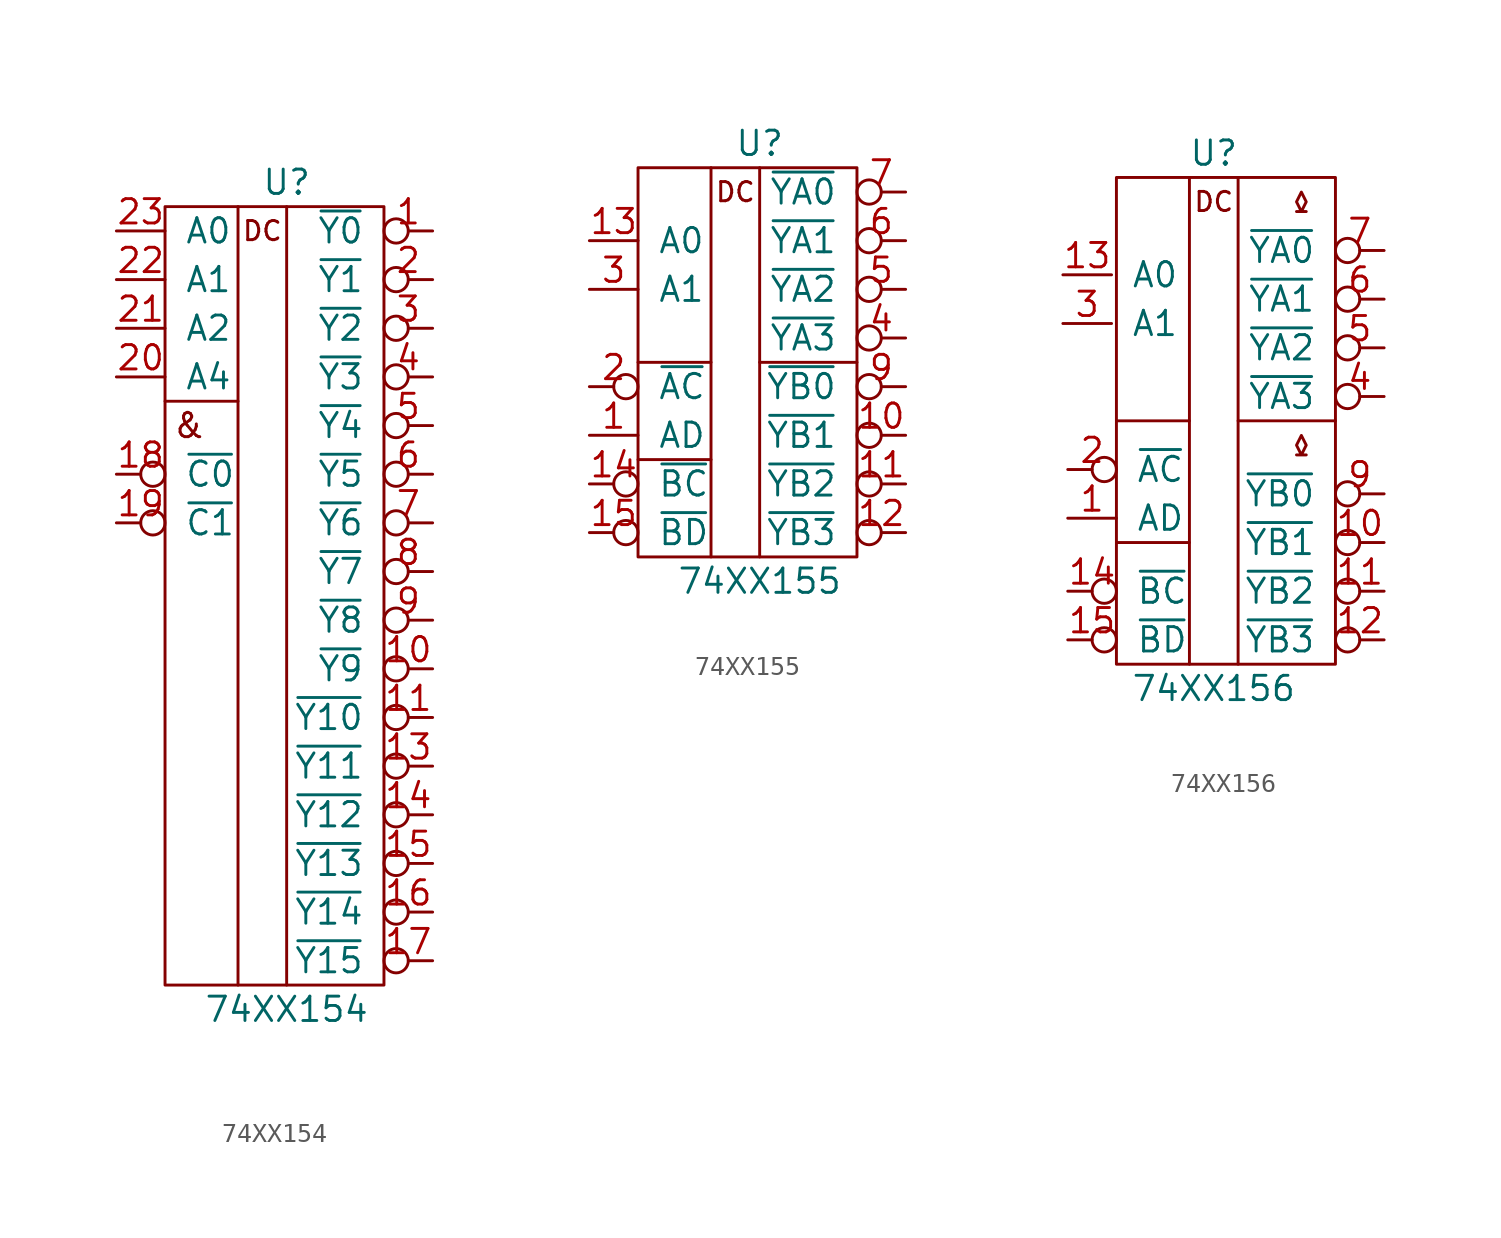
<source format=kicad_sym>
(kicad_symbol_lib
  (version 20211014)
  (generator kicad_symbol_editor)
  (symbol "74XX154"
    (pin_names
      (offset 1.016))
    (property "Reference" "U"
      (at 0 21.59 0)
      (effects (font (size 1.27 1.27))))
    (property "Value" "74XX154"
      (at 0 -21.59 0)
      (effects (font (size 1.27 1.27))))
    (symbol "74XX154_0_0"
      (text "&" (at -5.08 8.89 0) (effects (font (size 1.27 1.27))))
      (text "DC" (at -1.27 19.05 0) (effects (font (size 1 1)))))
    (symbol "74XX154_0_1"
      (rectangle (start -6.35 20.32) (end 5.08 -20.32) (stroke (width 0) (type default) (color 0 0 0 0)) (fill (type none)))
      (polyline (pts (xy -6.35 10.16) (xy -2.54 10.16)) (stroke (width 0) (type default) (color 0 0 0 0)) (fill (type none)))
      (polyline (pts (xy -2.54 20.32) (xy -2.54 -20.32)) (stroke (width 0) (type default) (color 0 0 0 0)) (fill (type none)))
      (polyline (pts (xy 0 20.32) (xy 0 -20.32)) (stroke (width 0) (type default) (color 0 0 0 0)) (fill (type none)))
      (pin power_in line (at 5.08 -20.32 180) (length 0) hide (name "GND" (effects (font (size 1.27 1.27)))) (number "12" (effects (font (size 1.27 1.27)))))
      (pin power_in line (at 5.08 20.32 180) (length 0) hide (name "VСС" (effects (font (size 1.27 1.27)))) (number "24" (effects (font (size 1.27 1.27))))))
    (symbol "74XX154_1_1"
      (pin output inverted (at 7.62 19.05 180) (length 2.54) (name "~{Y0}" (effects (font (size 1.27 1.27)))) (number "1" (effects (font (size 1.27 1.27)))))
      (pin output inverted (at 7.62 -3.81 180) (length 2.54) (name "~{Y9}" (effects (font (size 1.27 1.27)))) (number "10" (effects (font (size 1.27 1.27)))))
      (pin output inverted (at 7.62 -6.35 180) (length 2.54) (name "~{Y10}" (effects (font (size 1.27 1.27)))) (number "11" (effects (font (size 1.27 1.27)))))
      (pin output inverted (at 7.62 -8.89 180) (length 2.54) (name "~{Y11}" (effects (font (size 1.27 1.27)))) (number "13" (effects (font (size 1.27 1.27)))))
      (pin output inverted (at 7.62 -11.43 180) (length 2.54) (name "~{Y12}" (effects (font (size 1.27 1.27)))) (number "14" (effects (font (size 1.27 1.27)))))
      (pin output inverted (at 7.62 -13.97 180) (length 2.54) (name "~{Y13}" (effects (font (size 1.27 1.27)))) (number "15" (effects (font (size 1.27 1.27)))))
      (pin output inverted (at 7.62 -16.51 180) (length 2.54) (name "~{Y14}" (effects (font (size 1.27 1.27)))) (number "16" (effects (font (size 1.27 1.27)))))
      (pin output inverted (at 7.62 -19.05 180) (length 2.54) (name "~{Y15}" (effects (font (size 1.27 1.27)))) (number "17" (effects (font (size 1.27 1.27)))))
      (pin input inverted (at -8.89 6.35 0) (length 2.54) (name "~{C0}" (effects (font (size 1.27 1.27)))) (number "18" (effects (font (size 1.27 1.27)))))
      (pin input inverted (at -8.89 3.81 0) (length 2.54) (name "~{C1}" (effects (font (size 1.27 1.27)))) (number "19" (effects (font (size 1.27 1.27)))))
      (pin output inverted (at 7.62 16.51 180) (length 2.54) (name "~{Y1}" (effects (font (size 1.27 1.27)))) (number "2" (effects (font (size 1.27 1.27)))))
      (pin input line (at -8.89 11.43 0) (length 2.54) (name "A4" (effects (font (size 1.27 1.27)))) (number "20" (effects (font (size 1.27 1.27)))))
      (pin input line (at -8.89 13.97 0) (length 2.54) (name "A2" (effects (font (size 1.27 1.27)))) (number "21" (effects (font (size 1.27 1.27)))))
      (pin input line (at -8.89 16.51 0) (length 2.54) (name "A1" (effects (font (size 1.27 1.27)))) (number "22" (effects (font (size 1.27 1.27)))))
      (pin input line (at -8.89 19.05 0) (length 2.54) (name "A0" (effects (font (size 1.27 1.27)))) (number "23" (effects (font (size 1.27 1.27)))))
      (pin output inverted (at 7.62 13.97 180) (length 2.54) (name "~{Y2}" (effects (font (size 1.27 1.27)))) (number "3" (effects (font (size 1.27 1.27)))))
      (pin output inverted (at 7.62 11.43 180) (length 2.54) (name "~{Y3}" (effects (font (size 1.27 1.27)))) (number "4" (effects (font (size 1.27 1.27)))))
      (pin output inverted (at 7.62 8.89 180) (length 2.54) (name "~{Y4}" (effects (font (size 1.27 1.27)))) (number "5" (effects (font (size 1.27 1.27)))))
      (pin output inverted (at 7.62 6.35 180) (length 2.54) (name "~{Y5}" (effects (font (size 1.27 1.27)))) (number "6" (effects (font (size 1.27 1.27)))))
      (pin output inverted (at 7.62 3.81 180) (length 2.54) (name "~{Y6}" (effects (font (size 1.27 1.27)))) (number "7" (effects (font (size 1.27 1.27)))))
      (pin output inverted (at 7.62 1.27 180) (length 2.54) (name "~{Y7}" (effects (font (size 1.27 1.27)))) (number "8" (effects (font (size 1.27 1.27)))))
      (pin output inverted (at 7.62 -1.27 180) (length 2.54) (name "~{Y8}" (effects (font (size 1.27 1.27)))) (number "9" (effects (font (size 1.27 1.27)))))))
  (symbol "74XX155"
    (pin_names
      (offset 1.016))
    (property "Reference" "U"
      (at 0 11.43 0)
      (effects (font (size 1.27 1.27))))
    (property "Value" "74XX155"
      (at 0 -11.43 0)
      (effects (font (size 1.27 1.27))))
    (symbol "74XX155_0_0"
      (text "DC" (at -1.27 8.89 0) (effects (font (size 1 1)))))
    (symbol "74XX155_0_1"
      (rectangle (start -6.35 10.16) (end 5.08 -10.16) (stroke (width 0) (type default) (color 0 0 0 0)) (fill (type none)))
      (polyline (pts (xy -6.35 -5.08) (xy -2.54 -5.08)) (stroke (width 0) (type default) (color 0 0 0 0)) (fill (type none)))
      (polyline (pts (xy -6.35 0) (xy -2.54 0)) (stroke (width 0) (type default) (color 0 0 0 0)) (fill (type none)))
      (polyline (pts (xy -2.54 10.16) (xy -2.54 -10.16)) (stroke (width 0) (type default) (color 0 0 0 0)) (fill (type none)))
      (polyline (pts (xy 0 0) (xy 5.08 0)) (stroke (width 0) (type default) (color 0 0 0 0)) (fill (type none)))
      (polyline (pts (xy 0 10.16) (xy 0 -10.16)) (stroke (width 0) (type default) (color 0 0 0 0)) (fill (type none)))
      (pin power_in line (at 6.35 10.16 180) (length 0) hide (name "VCC" (effects (font (size 1.27 1.27)))) (number "16" (effects (font (size 1.27 1.27)))))
      (pin power_in line (at 6.35 -10.16 180) (length 0) hide (name "GND" (effects (font (size 1.27 1.27)))) (number "8" (effects (font (size 1.27 1.27))))))
    (symbol "74XX155_1_1"
      (pin input line (at -8.89 -3.81 0) (length 2.54) (name "AD" (effects (font (size 1.27 1.27)))) (number "1" (effects (font (size 1.27 1.27)))))
      (pin output inverted (at 7.62 -3.81 180) (length 2.54) (name "~{YB1}" (effects (font (size 1.27 1.27)))) (number "10" (effects (font (size 1.27 1.27)))))
      (pin output inverted (at 7.62 -6.35 180) (length 2.54) (name "~{YB2}" (effects (font (size 1.27 1.27)))) (number "11" (effects (font (size 1.27 1.27)))))
      (pin output inverted (at 7.62 -8.89 180) (length 2.54) (name "~{YB3}" (effects (font (size 1.27 1.27)))) (number "12" (effects (font (size 1.27 1.27)))))
      (pin input line (at -8.89 6.35 0) (length 2.54) (name "A0" (effects (font (size 1.27 1.27)))) (number "13" (effects (font (size 1.27 1.27)))))
      (pin input inverted (at -8.89 -6.35 0) (length 2.54) (name "~{BC}" (effects (font (size 1.27 1.27)))) (number "14" (effects (font (size 1.27 1.27)))))
      (pin input inverted (at -8.89 -8.89 0) (length 2.54) (name "~{BD}" (effects (font (size 1.27 1.27)))) (number "15" (effects (font (size 1.27 1.27)))))
      (pin input inverted (at -8.89 -1.27 0) (length 2.54) (name "~{AC}" (effects (font (size 1.27 1.27)))) (number "2" (effects (font (size 1.27 1.27)))))
      (pin input line (at -8.89 3.81 0) (length 2.54) (name "A1" (effects (font (size 1.27 1.27)))) (number "3" (effects (font (size 1.27 1.27)))))
      (pin output inverted (at 7.62 1.27 180) (length 2.54) (name "~{YA3}" (effects (font (size 1.27 1.27)))) (number "4" (effects (font (size 1.27 1.27)))))
      (pin output inverted (at 7.62 3.81 180) (length 2.54) (name "~{YA2}" (effects (font (size 1.27 1.27)))) (number "5" (effects (font (size 1.27 1.27)))))
      (pin output inverted (at 7.62 6.35 180) (length 2.54) (name "~{YA1}" (effects (font (size 1.27 1.27)))) (number "6" (effects (font (size 1.27 1.27)))))
      (pin output inverted (at 7.62 8.89 180) (length 2.54) (name "~{YA0}" (effects (font (size 1.27 1.27)))) (number "7" (effects (font (size 1.27 1.27)))))
      (pin output inverted (at 7.62 -1.27 180) (length 2.54) (name "~{YB0}" (effects (font (size 1.27 1.27)))) (number "9" (effects (font (size 1.27 1.27)))))))
  (symbol "74XX156"
    (pin_names
      (offset 1.016))
    (property "Reference" "U"
      (at 0 13.97 0)
      (effects (font (size 1.27 1.27))))
    (property "Value" "74XX156"
      (at 0 -13.97 0)
      (effects (font (size 1.27 1.27))))
    (symbol "74XX156_0_0"
      (text "DC" (at 0 11.43 0) (effects (font (size 1 1)))))
    (symbol "74XX156_0_1"
      (rectangle (start -5.08 12.7) (end 6.35 -12.7) (stroke (width 0) (type default) (color 0 0 0 0)) (fill (type none)))
      (polyline (pts (xy -5.08 -6.35) (xy -1.27 -6.35)) (stroke (width 0) (type default) (color 0 0 0 0)) (fill (type none)))
      (polyline (pts (xy -5.08 0) (xy -1.27 0)) (stroke (width 0) (type default) (color 0 0 0 0)) (fill (type none)))
      (polyline (pts (xy -1.27 12.7) (xy -1.27 -12.7)) (stroke (width 0) (type default) (color 0 0 0 0)) (fill (type none)))
      (polyline (pts (xy 1.27 0) (xy 6.35 0)) (stroke (width 0) (type default) (color 0 0 0 0)) (fill (type none)))
      (polyline (pts (xy 1.27 12.7) (xy 1.27 -12.7)) (stroke (width 0) (type default) (color 0 0 0 0)) (fill (type none)))
      (pin power_in line (at 6.35 12.7 180) (length 0) hide (name "VCC" (effects (font (size 1.27 1.27)))) (number "16" (effects (font (size 1.27 1.27)))))
      (pin power_in line (at 6.35 -12.7 180) (length 0) hide (name "GND" (effects (font (size 1.27 1.27)))) (number "8" (effects (font (size 1.27 1.27))))))
    (symbol "74XX156_1_1"
      (polyline (pts (xy 4.572 -1.778) (xy 4.318 -1.27) (xy 4.572 -0.762) (xy 4.826 -1.27) (xy 4.572 -1.778) (xy 4.318 -1.778) (xy 4.826 -1.778)) (stroke (width 0) (type default) (color 0 0 0 0)) (fill (type none)))
      (polyline (pts (xy 4.572 10.922) (xy 4.318 11.43) (xy 4.572 11.938) (xy 4.826 11.43) (xy 4.572 10.922) (xy 4.318 10.922) (xy 4.826 10.922)) (stroke (width 0) (type default) (color 0 0 0 0)) (fill (type none)))
      (pin input line (at -7.62 -5.08 0) (length 2.54) (name "AD" (effects (font (size 1.27 1.27)))) (number "1" (effects (font (size 1.27 1.27)))))
      (pin open_collector inverted (at 8.89 -6.35 180) (length 2.54) (name "~{YB1}" (effects (font (size 1.27 1.27)))) (number "10" (effects (font (size 1.27 1.27)))))
      (pin open_collector inverted (at 8.89 -8.89 180) (length 2.54) (name "~{YB2}" (effects (font (size 1.27 1.27)))) (number "11" (effects (font (size 1.27 1.27)))))
      (pin open_collector inverted (at 8.89 -11.43 180) (length 2.54) (name "~{YB3}" (effects (font (size 1.27 1.27)))) (number "12" (effects (font (size 1.27 1.27)))))
      (pin input line (at -7.874 7.62 0) (length 2.54) (name "A0" (effects (font (size 1.27 1.27)))) (number "13" (effects (font (size 1.27 1.27)))))
      (pin input inverted (at -7.62 -8.89 0) (length 2.54) (name "~{BC}" (effects (font (size 1.27 1.27)))) (number "14" (effects (font (size 1.27 1.27)))))
      (pin input inverted (at -7.62 -11.43 0) (length 2.54) (name "~{BD}" (effects (font (size 1.27 1.27)))) (number "15" (effects (font (size 1.27 1.27)))))
      (pin input inverted (at -7.62 -2.54 0) (length 2.54) (name "~{AC}" (effects (font (size 1.27 1.27)))) (number "2" (effects (font (size 1.27 1.27)))))
      (pin input line (at -7.874 5.08 0) (length 2.54) (name "A1" (effects (font (size 1.27 1.27)))) (number "3" (effects (font (size 1.27 1.27)))))
      (pin open_collector inverted (at 8.89 1.27 180) (length 2.54) (name "~{YA3}" (effects (font (size 1.27 1.27)))) (number "4" (effects (font (size 1.27 1.27)))))
      (pin open_collector inverted (at 8.89 3.81 180) (length 2.54) (name "~{YA2}" (effects (font (size 1.27 1.27)))) (number "5" (effects (font (size 1.27 1.27)))))
      (pin open_collector inverted (at 8.89 6.35 180) (length 2.54) (name "~{YA1}" (effects (font (size 1.27 1.27)))) (number "6" (effects (font (size 1.27 1.27)))))
      (pin open_collector inverted (at 8.89 8.89 180) (length 2.54) (name "~{YA0}" (effects (font (size 1.27 1.27)))) (number "7" (effects (font (size 1.27 1.27)))))
      (pin open_collector inverted (at 8.89 -3.81 180) (length 2.54) (name "~{YB0}" (effects (font (size 1.27 1.27)))) (number "9" (effects (font (size 1.27 1.27))))))))
</source>
